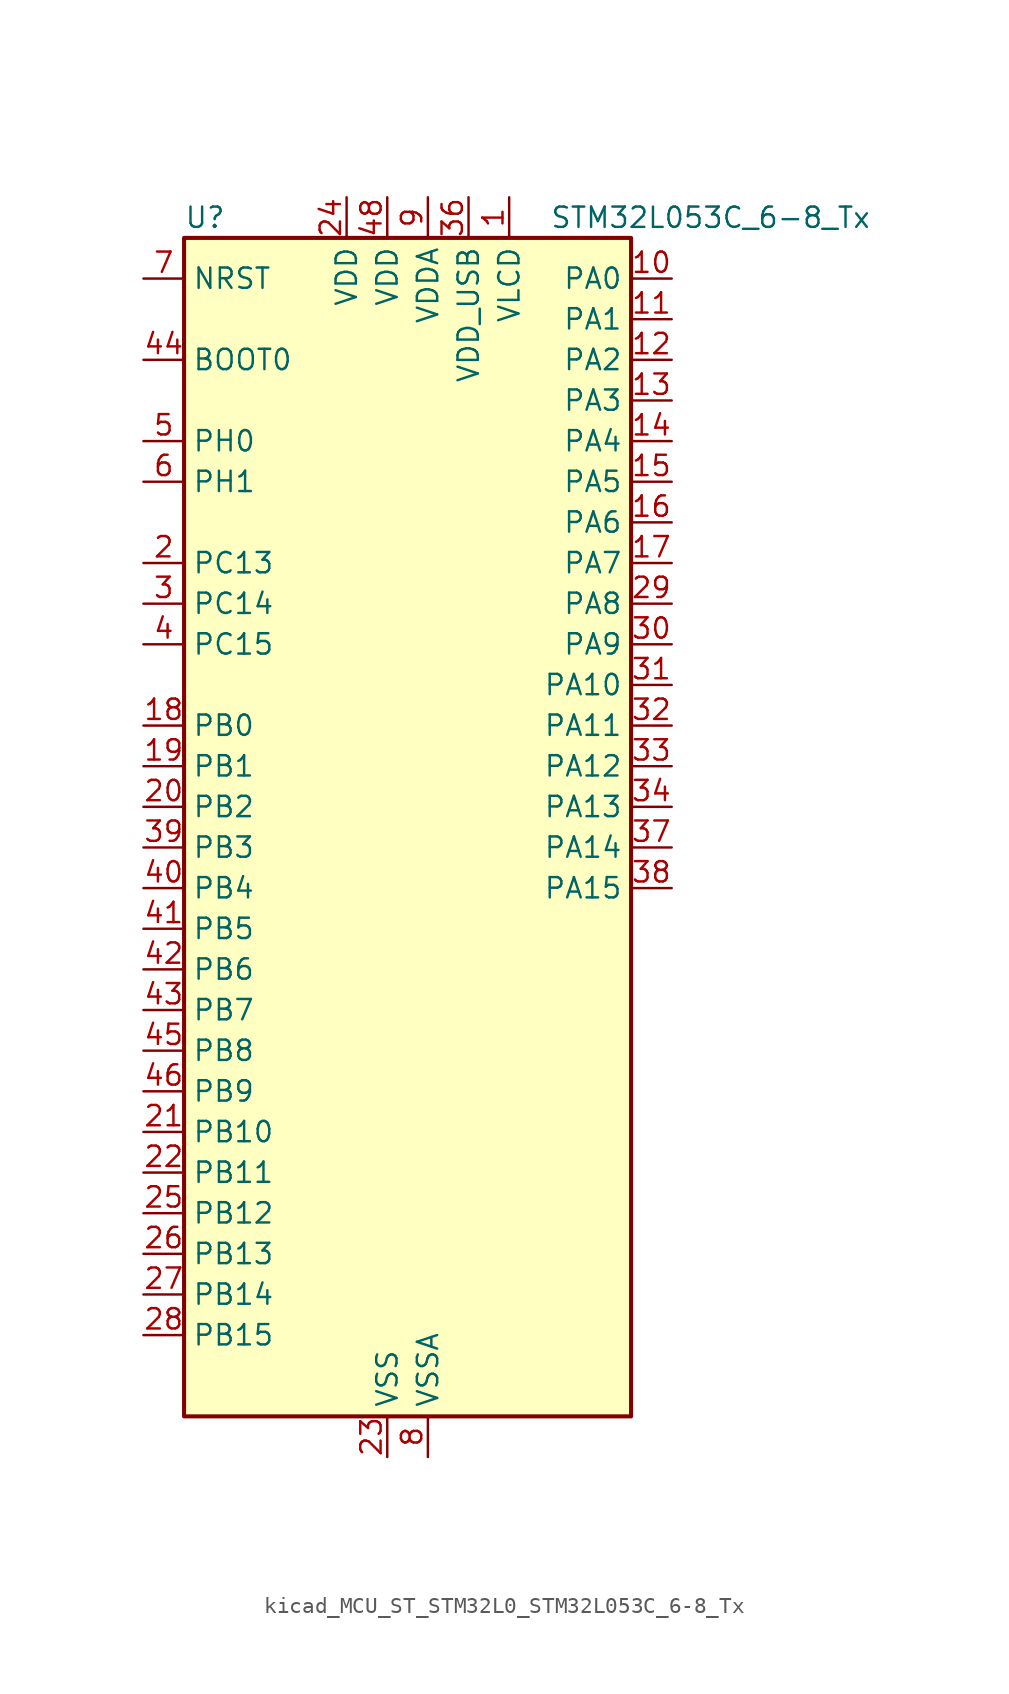
<source format=kicad_sym>
(kicad_symbol_lib
  (version 20220914)
  (generator kicad_symbol_editor)
  (symbol "kicad_MCU_ST_STM32L0_STM32L053C_6-8_Tx"
    (property "Reference" "U"
      (at -12.7 39.37 0)
      (effects (font (size 1.27 1.27)) (justify left)))
    (property "Value" "STM32L053C_6-8_Tx"
      (at 10.16 39.37 0)
      (effects (font (size 1.27 1.27)) (justify left)))
    (property "ki_locked" ""
      (at 0 0 0)
      (effects (font (size 1.27 1.27))))
    (symbol "kicad_MCU_ST_STM32L0_STM32L053C_6-8_Tx_0_1"
      (rectangle (start -12.7 -35.56) (end 15.24 38.1) (stroke (width 0.254) (type default)) (fill (type background))))
    (symbol "kicad_MCU_ST_STM32L0_STM32L053C_6-8_Tx_1_1"
      (pin power_in line (at 7.62 40.64 270) (length 2.54) (name "VLCD" (effects (font (size 1.27 1.27)))) (number "1" (effects (font (size 1.27 1.27)))))
      (pin bidirectional line (at 17.78 35.56 180) (length 2.54) (name "PA0" (effects (font (size 1.27 1.27)))) (number "10" (effects (font (size 1.27 1.27)))) (alternate "ADC_IN0" bidirectional line) (alternate "COMP1_INM" bidirectional line) (alternate "COMP1_OUT" bidirectional line) (alternate "RTC_TAMP2" bidirectional line) (alternate "SYS_WKUP1" bidirectional line) (alternate "TIM2_CH1" bidirectional line) (alternate "TIM2_ETR" bidirectional line) (alternate "TSC_G1_IO1" bidirectional line) (alternate "USART2_CTS" bidirectional line))
      (pin bidirectional line (at 17.78 33.02 180) (length 2.54) (name "PA1" (effects (font (size 1.27 1.27)))) (number "11" (effects (font (size 1.27 1.27)))) (alternate "ADC_IN1" bidirectional line) (alternate "COMP1_INP" bidirectional line) (alternate "LCD_SEG0" bidirectional line) (alternate "TIM21_ETR" bidirectional line) (alternate "TIM2_CH2" bidirectional line) (alternate "TSC_G1_IO2" bidirectional line) (alternate "USART2_DE" bidirectional line) (alternate "USART2_RTS" bidirectional line))
      (pin bidirectional line (at 17.78 30.48 180) (length 2.54) (name "PA2" (effects (font (size 1.27 1.27)))) (number "12" (effects (font (size 1.27 1.27)))) (alternate "ADC_IN2" bidirectional line) (alternate "COMP2_INM" bidirectional line) (alternate "COMP2_OUT" bidirectional line) (alternate "LCD_SEG1" bidirectional line) (alternate "TIM21_CH1" bidirectional line) (alternate "TIM2_CH3" bidirectional line) (alternate "TSC_G1_IO3" bidirectional line) (alternate "USART2_TX" bidirectional line))
      (pin bidirectional line (at 17.78 27.94 180) (length 2.54) (name "PA3" (effects (font (size 1.27 1.27)))) (number "13" (effects (font (size 1.27 1.27)))) (alternate "ADC_IN3" bidirectional line) (alternate "COMP2_INP" bidirectional line) (alternate "LCD_SEG2" bidirectional line) (alternate "TIM21_CH2" bidirectional line) (alternate "TIM2_CH4" bidirectional line) (alternate "TSC_G1_IO4" bidirectional line) (alternate "USART2_RX" bidirectional line))
      (pin bidirectional line (at 17.78 25.4 180) (length 2.54) (name "PA4" (effects (font (size 1.27 1.27)))) (number "14" (effects (font (size 1.27 1.27)))) (alternate "ADC_IN4" bidirectional line) (alternate "COMP1_INM" bidirectional line) (alternate "COMP2_INM" bidirectional line) (alternate "DAC_OUT1" bidirectional line) (alternate "SPI1_NSS" bidirectional line) (alternate "TIM22_ETR" bidirectional line) (alternate "TSC_G2_IO1" bidirectional line) (alternate "USART2_CK" bidirectional line))
      (pin bidirectional line (at 17.78 22.86 180) (length 2.54) (name "PA5" (effects (font (size 1.27 1.27)))) (number "15" (effects (font (size 1.27 1.27)))) (alternate "ADC_IN5" bidirectional line) (alternate "COMP1_INM" bidirectional line) (alternate "COMP2_INM" bidirectional line) (alternate "SPI1_SCK" bidirectional line) (alternate "TIM2_CH1" bidirectional line) (alternate "TIM2_ETR" bidirectional line) (alternate "TSC_G2_IO2" bidirectional line))
      (pin bidirectional line (at 17.78 20.32 180) (length 2.54) (name "PA6" (effects (font (size 1.27 1.27)))) (number "16" (effects (font (size 1.27 1.27)))) (alternate "ADC_IN6" bidirectional line) (alternate "COMP1_OUT" bidirectional line) (alternate "LCD_SEG3" bidirectional line) (alternate "LPUART1_CTS" bidirectional line) (alternate "SPI1_MISO" bidirectional line) (alternate "TIM22_CH1" bidirectional line) (alternate "TSC_G2_IO3" bidirectional line))
      (pin bidirectional line (at 17.78 17.78 180) (length 2.54) (name "PA7" (effects (font (size 1.27 1.27)))) (number "17" (effects (font (size 1.27 1.27)))) (alternate "ADC_IN7" bidirectional line) (alternate "COMP2_OUT" bidirectional line) (alternate "LCD_SEG4" bidirectional line) (alternate "SPI1_MOSI" bidirectional line) (alternate "TIM22_CH2" bidirectional line) (alternate "TSC_G2_IO4" bidirectional line))
      (pin bidirectional line (at -15.24 7.62 0) (length 2.54) (name "PB0" (effects (font (size 1.27 1.27)))) (number "18" (effects (font (size 1.27 1.27)))) (alternate "ADC_IN8" bidirectional line) (alternate "LCD_SEG5" bidirectional line) (alternate "LCD_VLCD3" bidirectional line) (alternate "SYS_VREF_OUT_PB0" bidirectional line) (alternate "TSC_G3_IO2" bidirectional line))
      (pin bidirectional line (at -15.24 5.08 0) (length 2.54) (name "PB1" (effects (font (size 1.27 1.27)))) (number "19" (effects (font (size 1.27 1.27)))) (alternate "ADC_IN9" bidirectional line) (alternate "LCD_SEG6" bidirectional line) (alternate "LPUART1_DE" bidirectional line) (alternate "LPUART1_RTS" bidirectional line) (alternate "SYS_VREF_OUT_PB1" bidirectional line) (alternate "TSC_G3_IO3" bidirectional line))
      (pin bidirectional line (at -15.24 17.78 0) (length 2.54) (name "PC13" (effects (font (size 1.27 1.27)))) (number "2" (effects (font (size 1.27 1.27)))) (alternate "RTC_OUT_ALARM" bidirectional line) (alternate "RTC_OUT_CALIB" bidirectional line) (alternate "RTC_TAMP1" bidirectional line) (alternate "RTC_TS" bidirectional line) (alternate "SYS_WKUP2" bidirectional line))
      (pin bidirectional line (at -15.24 2.54 0) (length 2.54) (name "PB2" (effects (font (size 1.27 1.27)))) (number "20" (effects (font (size 1.27 1.27)))) (alternate "LCD_VLCD1" bidirectional line) (alternate "LPTIM1_OUT" bidirectional line) (alternate "TSC_G3_IO4" bidirectional line))
      (pin bidirectional line (at -15.24 -17.78 0) (length 2.54) (name "PB10" (effects (font (size 1.27 1.27)))) (number "21" (effects (font (size 1.27 1.27)))) (alternate "I2C2_SCL" bidirectional line) (alternate "LCD_SEG10" bidirectional line) (alternate "LPUART1_TX" bidirectional line) (alternate "SPI2_SCK" bidirectional line) (alternate "TIM2_CH3" bidirectional line) (alternate "TSC_SYNC" bidirectional line))
      (pin bidirectional line (at -15.24 -20.32 0) (length 2.54) (name "PB11" (effects (font (size 1.27 1.27)))) (number "22" (effects (font (size 1.27 1.27)))) (alternate "ADC_EXTI11" bidirectional line) (alternate "I2C2_SDA" bidirectional line) (alternate "LCD_SEG11" bidirectional line) (alternate "LPUART1_RX" bidirectional line) (alternate "TIM2_CH4" bidirectional line) (alternate "TSC_G6_IO1" bidirectional line))
      (pin power_in line (at 0 -38.1 90) (length 2.54) (name "VSS" (effects (font (size 1.27 1.27)))) (number "23" (effects (font (size 1.27 1.27)))))
      (pin power_in line (at -2.54 40.64 270) (length 2.54) (name "VDD" (effects (font (size 1.27 1.27)))) (number "24" (effects (font (size 1.27 1.27)))))
      (pin bidirectional line (at -15.24 -22.86 0) (length 2.54) (name "PB12" (effects (font (size 1.27 1.27)))) (number "25" (effects (font (size 1.27 1.27)))) (alternate "I2S2_WS" bidirectional line) (alternate "LCD_SEG12" bidirectional line) (alternate "LCD_VLCD2" bidirectional line) (alternate "LPUART1_DE" bidirectional line) (alternate "LPUART1_RTS" bidirectional line) (alternate "SPI2_NSS" bidirectional line) (alternate "TSC_G6_IO2" bidirectional line))
      (pin bidirectional line (at -15.24 -25.4 0) (length 2.54) (name "PB13" (effects (font (size 1.27 1.27)))) (number "26" (effects (font (size 1.27 1.27)))) (alternate "I2C2_SCL" bidirectional line) (alternate "I2S2_CK" bidirectional line) (alternate "LCD_SEG13" bidirectional line) (alternate "LPUART1_CTS" bidirectional line) (alternate "SPI2_SCK" bidirectional line) (alternate "TIM21_CH1" bidirectional line) (alternate "TSC_G6_IO3" bidirectional line))
      (pin bidirectional line (at -15.24 -27.94 0) (length 2.54) (name "PB14" (effects (font (size 1.27 1.27)))) (number "27" (effects (font (size 1.27 1.27)))) (alternate "I2C2_SDA" bidirectional line) (alternate "I2S2_MCK" bidirectional line) (alternate "LCD_SEG14" bidirectional line) (alternate "LPUART1_DE" bidirectional line) (alternate "LPUART1_RTS" bidirectional line) (alternate "RTC_OUT_ALARM" bidirectional line) (alternate "RTC_OUT_CALIB" bidirectional line) (alternate "SPI2_MISO" bidirectional line) (alternate "TIM21_CH2" bidirectional line) (alternate "TSC_G6_IO4" bidirectional line))
      (pin bidirectional line (at -15.24 -30.48 0) (length 2.54) (name "PB15" (effects (font (size 1.27 1.27)))) (number "28" (effects (font (size 1.27 1.27)))) (alternate "I2S2_SD" bidirectional line) (alternate "LCD_SEG15" bidirectional line) (alternate "RTC_REFIN" bidirectional line) (alternate "SPI2_MOSI" bidirectional line))
      (pin bidirectional line (at 17.78 15.24 180) (length 2.54) (name "PA8" (effects (font (size 1.27 1.27)))) (number "29" (effects (font (size 1.27 1.27)))) (alternate "CRS_SYNC" bidirectional line) (alternate "LCD_COM0" bidirectional line) (alternate "RCC_MCO" bidirectional line) (alternate "USART1_CK" bidirectional line))
      (pin bidirectional line (at -15.24 15.24 0) (length 2.54) (name "PC14" (effects (font (size 1.27 1.27)))) (number "3" (effects (font (size 1.27 1.27)))) (alternate "RCC_OSC32_IN" bidirectional line))
      (pin bidirectional line (at 17.78 12.7 180) (length 2.54) (name "PA9" (effects (font (size 1.27 1.27)))) (number "30" (effects (font (size 1.27 1.27)))) (alternate "DAC_EXTI9" bidirectional line) (alternate "LCD_COM1" bidirectional line) (alternate "RCC_MCO" bidirectional line) (alternate "TSC_G4_IO1" bidirectional line) (alternate "USART1_TX" bidirectional line))
      (pin bidirectional line (at 17.78 10.16 180) (length 2.54) (name "PA10" (effects (font (size 1.27 1.27)))) (number "31" (effects (font (size 1.27 1.27)))) (alternate "LCD_COM2" bidirectional line) (alternate "TSC_G4_IO2" bidirectional line) (alternate "USART1_RX" bidirectional line))
      (pin bidirectional line (at 17.78 7.62 180) (length 2.54) (name "PA11" (effects (font (size 1.27 1.27)))) (number "32" (effects (font (size 1.27 1.27)))) (alternate "ADC_EXTI11" bidirectional line) (alternate "COMP1_OUT" bidirectional line) (alternate "SPI1_MISO" bidirectional line) (alternate "TSC_G4_IO3" bidirectional line) (alternate "USART1_CTS" bidirectional line) (alternate "USB_DM" bidirectional line))
      (pin bidirectional line (at 17.78 5.08 180) (length 2.54) (name "PA12" (effects (font (size 1.27 1.27)))) (number "33" (effects (font (size 1.27 1.27)))) (alternate "COMP2_OUT" bidirectional line) (alternate "SPI1_MOSI" bidirectional line) (alternate "TSC_G4_IO4" bidirectional line) (alternate "USART1_DE" bidirectional line) (alternate "USART1_RTS" bidirectional line) (alternate "USB_DP" bidirectional line))
      (pin bidirectional line (at 17.78 2.54 180) (length 2.54) (name "PA13" (effects (font (size 1.27 1.27)))) (number "34" (effects (font (size 1.27 1.27)))) (alternate "SYS_SWDIO" bidirectional line) (alternate "USB_NOE" bidirectional line))
      (pin passive line (at 0 -38.1 90) (length 2.54) hide (name "VSS" (effects (font (size 1.27 1.27)))) (number "35" (effects (font (size 1.27 1.27)))))
      (pin power_in line (at 5.08 40.64 270) (length 2.54) (name "VDD_USB" (effects (font (size 1.27 1.27)))) (number "36" (effects (font (size 1.27 1.27)))))
      (pin bidirectional line (at 17.78 0 180) (length 2.54) (name "PA14" (effects (font (size 1.27 1.27)))) (number "37" (effects (font (size 1.27 1.27)))) (alternate "SYS_SWCLK" bidirectional line) (alternate "USART2_TX" bidirectional line))
      (pin bidirectional line (at 17.78 -2.54 180) (length 2.54) (name "PA15" (effects (font (size 1.27 1.27)))) (number "38" (effects (font (size 1.27 1.27)))) (alternate "LCD_SEG17" bidirectional line) (alternate "SPI1_NSS" bidirectional line) (alternate "TIM2_CH1" bidirectional line) (alternate "TIM2_ETR" bidirectional line) (alternate "USART2_RX" bidirectional line))
      (pin bidirectional line (at -15.24 0 0) (length 2.54) (name "PB3" (effects (font (size 1.27 1.27)))) (number "39" (effects (font (size 1.27 1.27)))) (alternate "COMP2_INM" bidirectional line) (alternate "LCD_SEG7" bidirectional line) (alternate "SPI1_SCK" bidirectional line) (alternate "TIM2_CH2" bidirectional line) (alternate "TSC_G5_IO1" bidirectional line))
      (pin bidirectional line (at -15.24 12.7 0) (length 2.54) (name "PC15" (effects (font (size 1.27 1.27)))) (number "4" (effects (font (size 1.27 1.27)))) (alternate "RCC_OSC32_OUT" bidirectional line))
      (pin bidirectional line (at -15.24 -2.54 0) (length 2.54) (name "PB4" (effects (font (size 1.27 1.27)))) (number "40" (effects (font (size 1.27 1.27)))) (alternate "COMP2_INP" bidirectional line) (alternate "LCD_SEG8" bidirectional line) (alternate "SPI1_MISO" bidirectional line) (alternate "TIM22_CH1" bidirectional line) (alternate "TSC_G5_IO2" bidirectional line))
      (pin bidirectional line (at -15.24 -5.08 0) (length 2.54) (name "PB5" (effects (font (size 1.27 1.27)))) (number "41" (effects (font (size 1.27 1.27)))) (alternate "COMP2_INP" bidirectional line) (alternate "I2C1_SMBA" bidirectional line) (alternate "LCD_SEG9" bidirectional line) (alternate "LPTIM1_IN1" bidirectional line) (alternate "SPI1_MOSI" bidirectional line) (alternate "TIM22_CH2" bidirectional line))
      (pin bidirectional line (at -15.24 -7.62 0) (length 2.54) (name "PB6" (effects (font (size 1.27 1.27)))) (number "42" (effects (font (size 1.27 1.27)))) (alternate "COMP2_INP" bidirectional line) (alternate "I2C1_SCL" bidirectional line) (alternate "LPTIM1_ETR" bidirectional line) (alternate "TSC_G5_IO3" bidirectional line) (alternate "USART1_TX" bidirectional line))
      (pin bidirectional line (at -15.24 -10.16 0) (length 2.54) (name "PB7" (effects (font (size 1.27 1.27)))) (number "43" (effects (font (size 1.27 1.27)))) (alternate "COMP2_INP" bidirectional line) (alternate "I2C1_SDA" bidirectional line) (alternate "LPTIM1_IN2" bidirectional line) (alternate "SYS_PVD_IN" bidirectional line) (alternate "TSC_G5_IO4" bidirectional line) (alternate "USART1_RX" bidirectional line))
      (pin input line (at -15.24 30.48 0) (length 2.54) (name "BOOT0" (effects (font (size 1.27 1.27)))) (number "44" (effects (font (size 1.27 1.27)))))
      (pin bidirectional line (at -15.24 -12.7 0) (length 2.54) (name "PB8" (effects (font (size 1.27 1.27)))) (number "45" (effects (font (size 1.27 1.27)))) (alternate "I2C1_SCL" bidirectional line) (alternate "LCD_SEG16" bidirectional line) (alternate "TSC_SYNC" bidirectional line))
      (pin bidirectional line (at -15.24 -15.24 0) (length 2.54) (name "PB9" (effects (font (size 1.27 1.27)))) (number "46" (effects (font (size 1.27 1.27)))) (alternate "DAC_EXTI9" bidirectional line) (alternate "I2C1_SDA" bidirectional line) (alternate "I2S2_WS" bidirectional line) (alternate "LCD_COM3" bidirectional line) (alternate "SPI2_NSS" bidirectional line))
      (pin passive line (at 0 -38.1 90) (length 2.54) hide (name "VSS" (effects (font (size 1.27 1.27)))) (number "47" (effects (font (size 1.27 1.27)))))
      (pin power_in line (at 0 40.64 270) (length 2.54) (name "VDD" (effects (font (size 1.27 1.27)))) (number "48" (effects (font (size 1.27 1.27)))))
      (pin bidirectional line (at -15.24 25.4 0) (length 2.54) (name "PH0" (effects (font (size 1.27 1.27)))) (number "5" (effects (font (size 1.27 1.27)))) (alternate "CRS_SYNC" bidirectional line) (alternate "RCC_OSC_IN" bidirectional line))
      (pin bidirectional line (at -15.24 22.86 0) (length 2.54) (name "PH1" (effects (font (size 1.27 1.27)))) (number "6" (effects (font (size 1.27 1.27)))) (alternate "RCC_OSC_OUT" bidirectional line))
      (pin input line (at -15.24 35.56 0) (length 2.54) (name "NRST" (effects (font (size 1.27 1.27)))) (number "7" (effects (font (size 1.27 1.27)))))
      (pin power_in line (at 2.54 -38.1 90) (length 2.54) (name "VSSA" (effects (font (size 1.27 1.27)))) (number "8" (effects (font (size 1.27 1.27)))))
      (pin power_in line (at 2.54 40.64 270) (length 2.54) (name "VDDA" (effects (font (size 1.27 1.27)))) (number "9" (effects (font (size 1.27 1.27))))))))
</source>
